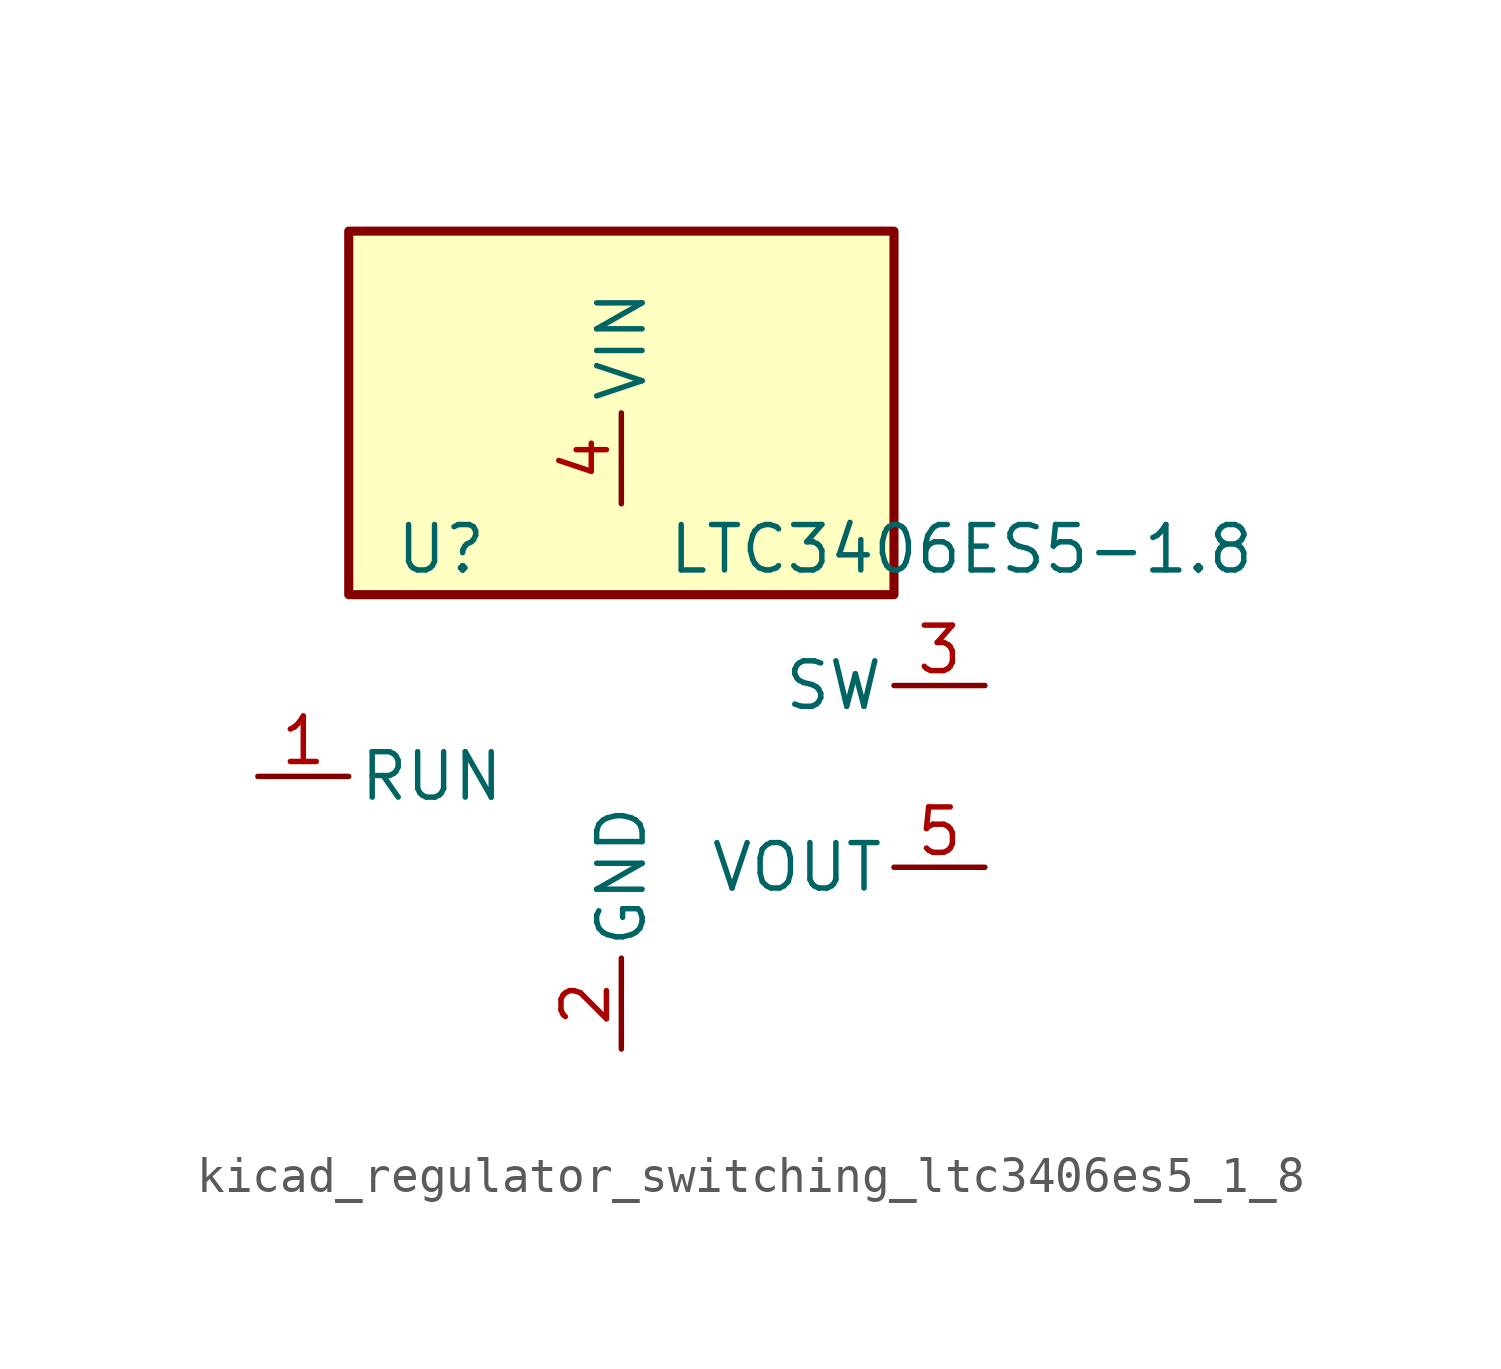
<source format=kicad_sym>
(kicad_symbol_lib
  (version 20220914)
  (generator kicad_symbol_editor)
  (symbol "kicad_regulator_switching_ltc3406es5_1_8"
    (pin_names
      (offset 0.254))
    (property "Reference" "U"
      (at -6.35 6.35 0)
      (effects (font (size 1.27 1.27)) (justify left)))
    (property "Value" "LTC3406ES5-1.8"
      (at 1.27 6.35 0)
      (effects (font (size 1.27 1.27)) (justify left)))
    (symbol "kicad_regulator_switching_ltc3406es5_1_8_0_1"
      (rectangle (start 7.62 15.24) (end -7.62 5.08) (stroke (width 0.254) (type default)) (fill (type background))))
    (symbol "kicad_regulator_switching_ltc3406es5_1_8_1_1"
      (pin input line (at -10.16 0 0) (length 2.54) (name "RUN" (effects (font (size 1.27 1.27)))) (number "1" (effects (font (size 1.27 1.27)))))
      (pin power_in line (at 0 -7.62 90) (length 2.54) (name "GND" (effects (font (size 1.27 1.27)))) (number "2" (effects (font (size 1.27 1.27)))))
      (pin output line (at 10.16 2.54 180) (length 2.54) (name "SW" (effects (font (size 1.27 1.27)))) (number "3" (effects (font (size 1.27 1.27)))))
      (pin power_in line (at 0 7.62 90) (length 2.54) (name "VIN" (effects (font (size 1.27 1.27)))) (number "4" (effects (font (size 1.27 1.27)))))
      (pin power_out line (at 10.16 -2.54 180) (length 2.54) (name "VOUT" (effects (font (size 1.27 1.27)))) (number "5" (effects (font (size 1.27 1.27))))))))
</source>
